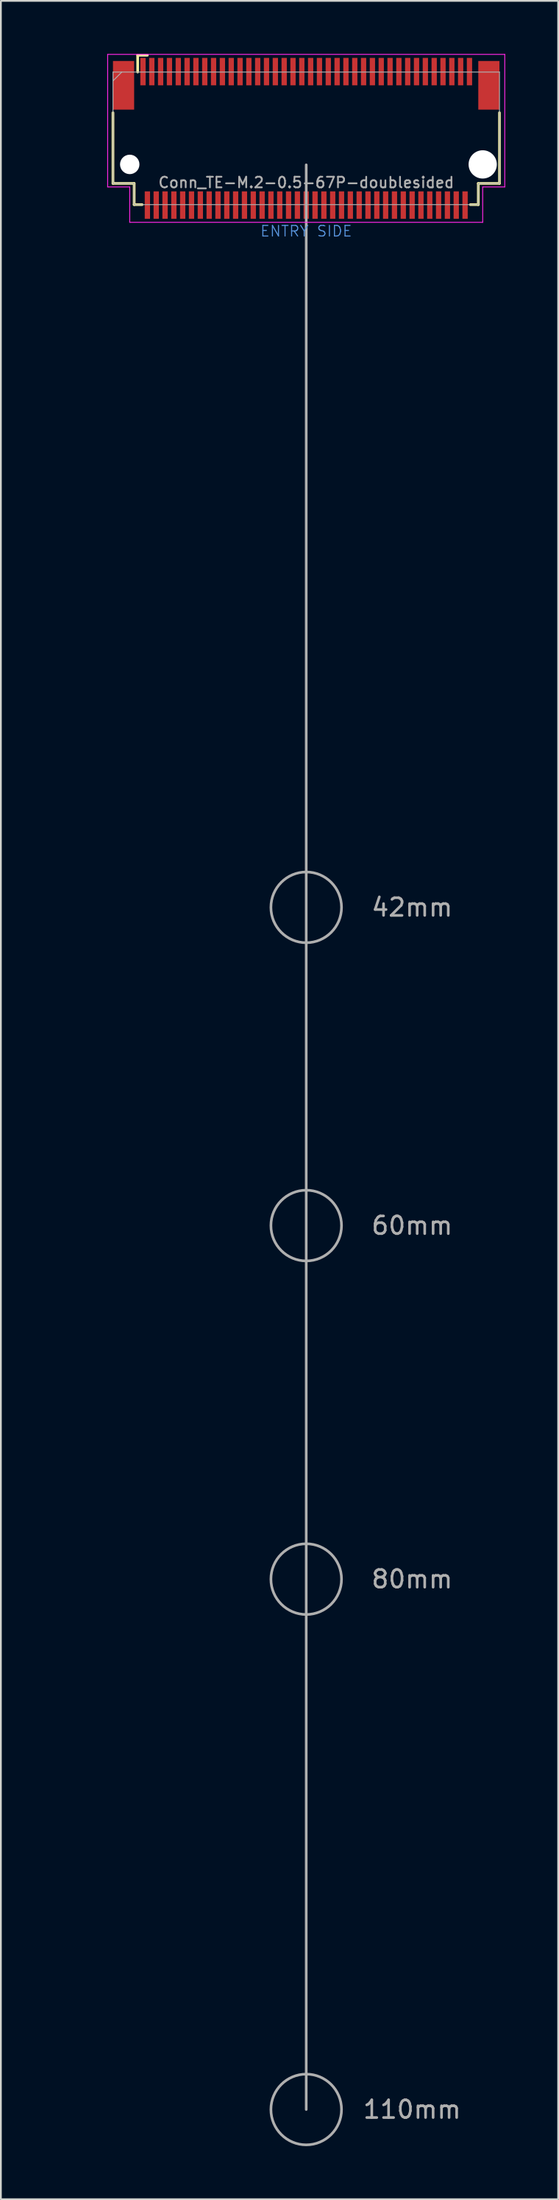
<source format=kicad_pcb>
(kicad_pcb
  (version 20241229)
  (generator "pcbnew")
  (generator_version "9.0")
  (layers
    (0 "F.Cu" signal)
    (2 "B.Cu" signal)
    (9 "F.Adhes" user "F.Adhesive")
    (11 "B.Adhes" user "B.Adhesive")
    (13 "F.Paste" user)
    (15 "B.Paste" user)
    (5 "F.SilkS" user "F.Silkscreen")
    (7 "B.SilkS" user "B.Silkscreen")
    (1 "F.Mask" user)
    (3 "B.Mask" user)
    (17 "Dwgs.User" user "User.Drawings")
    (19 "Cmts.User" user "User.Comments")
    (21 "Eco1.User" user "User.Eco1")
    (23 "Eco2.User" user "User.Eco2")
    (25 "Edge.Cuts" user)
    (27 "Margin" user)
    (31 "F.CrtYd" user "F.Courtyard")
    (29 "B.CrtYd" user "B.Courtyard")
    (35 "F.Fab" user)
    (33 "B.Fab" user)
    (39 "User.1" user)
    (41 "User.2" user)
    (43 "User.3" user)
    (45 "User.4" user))
  (footprint "Conn_TE-M.2-0.5-67P-doublesided"
    (layer "F.Cu")
    (at 14.301 6.275)
    (property "Reference" "Conn_TE-M.2-0.5-67P-doublesided" (at 0 1 0) (layer "F.Fab") (effects (font (size 0.6 0.6) (thickness 0.1))))
    (attr through_hole)
    (fp_line (start -10.95 1.05) (end -10.95 -2.95) (stroke (width 0.15) (type solid)) (layer "F.SilkS"))
    (fp_line (start -9.75 1.05) (end -10.95 1.05) (stroke (width 0.15) (type solid)) (layer "F.SilkS"))
    (fp_line (start -9.75 2.25) (end -9.75 1.05) (stroke (width 0.15) (type solid)) (layer "F.SilkS"))
    (fp_line (start -9.55 -6.2) (end -9 -6.2) (stroke (width 0.15) (type solid)) (layer "F.SilkS"))
    (fp_line (start -9.55 -5.25) (end -9.55 -6.2) (stroke (width 0.15) (type solid)) (layer "F.SilkS"))
    (fp_line (start -9.3 2.25) (end -9.75 2.25) (stroke (width 0.15) (type solid)) (layer "F.SilkS"))
    (fp_line (start 9.75 1.05) (end 9.75 2.25) (stroke (width 0.15) (type solid)) (layer "F.SilkS"))
    (fp_line (start 9.75 2.25) (end 9.3 2.25) (stroke (width 0.15) (type solid)) (layer "F.SilkS"))
    (fp_line (start 10.95 1.05) (end 9.75 1.05) (stroke (width 0.15) (type solid)) (layer "F.SilkS"))
    (fp_line (start 10.95 1.05) (end 10.95 -2.95) (stroke (width 0.15) (type solid)) (layer "F.SilkS"))
    (fp_line (start -11.25 -6.25) (end 11.25 -6.25) (stroke (width 0.05) (type solid)) (layer "F.CrtYd"))
    (fp_line (start -11.25 1.25) (end -11.25 -6.25) (stroke (width 0.05) (type solid)) (layer "F.CrtYd"))
    (fp_line (start -10 1.25) (end -11.25 1.25) (stroke (width 0.05) (type solid)) (layer "F.CrtYd"))
    (fp_line (start -10 3.25) (end -10 1.25) (stroke (width 0.05) (type solid)) (layer "F.CrtYd"))
    (fp_line (start 10 1.25) (end 10 3.25) (stroke (width 0.05) (type solid)) (layer "F.CrtYd"))
    (fp_line (start 10 3.25) (end -10 3.25) (stroke (width 0.05) (type solid)) (layer "F.CrtYd"))
    (fp_line (start 11.25 -6.25) (end 11.25 1.25) (stroke (width 0.05) (type solid)) (layer "F.CrtYd"))
    (fp_line (start 11.25 1.25) (end 10 1.25) (stroke (width 0.05) (type solid)) (layer "F.CrtYd"))
    (fp_line (start -10.95 -5.25) (end -10.95 1.05) (stroke (width 0.05) (type solid)) (layer "F.Fab"))
    (fp_line (start -10.95 -5.25) (end 10.95 -5.25) (stroke (width 0.05) (type solid)) (layer "F.Fab"))
    (fp_line (start -10.95 -4.75) (end -10.45 -5.25) (stroke (width 0.05) (type solid)) (layer "F.Fab"))
    (fp_line (start -10.95 1.05) (end -9.75 1.05) (stroke (width 0.05) (type solid)) (layer "F.Fab"))
    (fp_line (start -9.75 1.05) (end -9.75 2.25) (stroke (width 0.05) (type solid)) (layer "F.Fab"))
    (fp_line (start -9.75 2.25) (end 9.75 2.25) (stroke (width 0.05) (type solid)) (layer "F.Fab"))
    (fp_line (start 0 110) (end 0 0) (stroke (width 0.15) (type solid)) (layer "F.Fab"))
    (fp_line (start 9.75 1.05) (end 9.75 2.25) (stroke (width 0.05) (type solid)) (layer "F.Fab"))
    (fp_line (start 10.95 1.05) (end 9.75 1.05) (stroke (width 0.05) (type solid)) (layer "F.Fab"))
    (fp_line (start 10.95 1.05) (end 10.95 -5.25) (stroke (width 0.05) (type solid)) (layer "F.Fab"))
    (fp_circle (center 0 42) (end 2 42) (stroke (width 0.15) (type solid)) (fill no) (layer "F.Fab"))
    (fp_circle (center 0 60) (end 2 60) (stroke (width 0.15) (type solid)) (fill no) (layer "F.Fab"))
    (fp_circle (center 0 80) (end 2 80) (stroke (width 0.15) (type solid)) (fill no) (layer "F.Fab"))
    (fp_circle (center 0 110) (end 2 110) (stroke (width 0.15) (type solid)) (fill no) (layer "F.Fab"))
    (fp_text user "ENTRY SIDE" (at 0 3.75 0) (layer "Cmts.User") (effects (font (size 0.6 0.6) (thickness 0.06))))
    (fp_text user "${REFERENCE}" (at -10.1 -4.8 0) (layer "Eco1.User") (effects (font (size 0.3 0.3) (thickness 0.03))))
    (fp_text user "110mm" (at 6 110 0) (layer "F.Fab") (effects (font (size 1 1) (thickness 0.15))))
    (fp_text user "80mm" (at 6 80 0) (layer "F.Fab") (effects (font (size 1 1) (thickness 0.15))))
    (fp_text user "60mm" (at 6 60 0) (layer "F.Fab") (effects (font (size 1 1) (thickness 0.15))))
    (fp_text user "42mm" (at 6 42 0) (layer "F.Fab") (effects (font (size 1 1) (thickness 0.15))))
    (pad "" smd rect (at -10.35 -4.5) (size 1.2 2.75) (layers "F.Cu" "F.Mask" "F.Paste"))
    (pad "" np_thru_hole circle (at -10 -0.025) (size 1.1 1.1) (drill 1.1) (layers "*.Cu"))
    (pad "" np_thru_hole circle (at 10 -0.025) (size 1.6 1.6) (drill 1.6) (layers "*.Cu"))
    (pad "" smd rect (at 10.35 -4.5) (size 1.2 2.75) (layers "F.Cu" "F.Mask" "F.Paste"))
    (pad "1" smd rect (at -9.25 -5.275) (size 0.3 1.55) (layers "F.Cu" "F.Mask" "F.Paste"))
    (pad "2" smd rect (at -9 2.275) (size 0.3 1.55) (layers "F.Cu" "F.Mask" "F.Paste"))
    (pad "3" smd rect (at -8.75 -5.275) (size 0.3 1.55) (layers "F.Cu" "F.Mask" "F.Paste"))
    (pad "4" smd rect (at -8.5 2.275) (size 0.3 1.55) (layers "F.Cu" "F.Mask" "F.Paste"))
    (pad "5" smd rect (at -8.25 -5.275) (size 0.3 1.55) (layers "F.Cu" "F.Mask" "F.Paste"))
    (pad "6" smd rect (at -8 2.275) (size 0.3 1.55) (layers "F.Cu" "F.Mask" "F.Paste"))
    (pad "7" smd rect (at -7.75 -5.275) (size 0.3 1.55) (layers "F.Cu" "F.Mask" "F.Paste"))
    (pad "8" smd rect (at -7.5 2.275) (size 0.3 1.55) (layers "F.Cu" "F.Mask" "F.Paste"))
    (pad "9" smd rect (at -7.25 -5.275) (size 0.3 1.55) (layers "F.Cu" "F.Mask" "F.Paste"))
    (pad "10" smd rect (at -7 2.275) (size 0.3 1.55) (layers "F.Cu" "F.Mask" "F.Paste"))
    (pad "11" smd rect (at -6.75 -5.275) (size 0.3 1.55) (layers "F.Cu" "F.Mask" "F.Paste"))
    (pad "12" smd rect (at -6.5 2.275) (size 0.3 1.55) (layers "F.Cu" "F.Mask" "F.Paste"))
    (pad "13" smd rect (at -6.25 -5.275) (size 0.3 1.55) (layers "F.Cu" "F.Mask" "F.Paste"))
    (pad "14" smd rect (at -6 2.275) (size 0.3 1.55) (layers "F.Cu" "F.Mask" "F.Paste"))
    (pad "15" smd rect (at -5.75 -5.275) (size 0.3 1.55) (layers "F.Cu" "F.Mask" "F.Paste"))
    (pad "16" smd rect (at -5.5 2.275) (size 0.3 1.55) (layers "F.Cu" "F.Mask" "F.Paste"))
    (pad "17" smd rect (at -5.25 -5.275) (size 0.3 1.55) (layers "F.Cu" "F.Mask" "F.Paste"))
    (pad "18" smd rect (at -5 2.275) (size 0.3 1.55) (layers "F.Cu" "F.Mask" "F.Paste"))
    (pad "19" smd rect (at -4.75 -5.275) (size 0.3 1.55) (layers "F.Cu" "F.Mask" "F.Paste"))
    (pad "20" smd rect (at -4.5 2.275) (size 0.3 1.55) (layers "F.Cu" "F.Mask" "F.Paste"))
    (pad "21" smd rect (at -4.25 -5.275) (size 0.3 1.55) (layers "F.Cu" "F.Mask" "F.Paste"))
    (pad "22" smd rect (at -4 2.275) (size 0.3 1.55) (layers "F.Cu" "F.Mask" "F.Paste"))
    (pad "23" smd rect (at -3.75 -5.275) (size 0.3 1.55) (layers "F.Cu" "F.Mask" "F.Paste"))
    (pad "24" smd rect (at -3.5 2.275) (size 0.3 1.55) (layers "F.Cu" "F.Mask" "F.Paste"))
    (pad "25" smd rect (at -3.25 -5.275) (size 0.3 1.55) (layers "F.Cu" "F.Mask" "F.Paste"))
    (pad "26" smd rect (at -3 2.275) (size 0.3 1.55) (layers "F.Cu" "F.Mask" "F.Paste"))
    (pad "27" smd rect (at -2.75 -5.275) (size 0.3 1.55) (layers "F.Cu" "F.Mask" "F.Paste"))
    (pad "28" smd rect (at -2.5 2.275) (size 0.3 1.55) (layers "F.Cu" "F.Mask" "F.Paste"))
    (pad "29" smd rect (at -2.25 -5.275) (size 0.3 1.55) (layers "F.Cu" "F.Mask" "F.Paste"))
    (pad "30" smd rect (at -2 2.275) (size 0.3 1.55) (layers "F.Cu" "F.Mask" "F.Paste"))
    (pad "31" smd rect (at -1.75 -5.275) (size 0.3 1.55) (layers "F.Cu" "F.Mask" "F.Paste"))
    (pad "32" smd rect (at -1.5 2.275) (size 0.3 1.55) (layers "F.Cu" "F.Mask" "F.Paste"))
    (pad "33" smd rect (at -1.25 -5.275) (size 0.3 1.55) (layers "F.Cu" "F.Mask" "F.Paste"))
    (pad "34" smd rect (at -1 2.275) (size 0.3 1.55) (layers "F.Cu" "F.Mask" "F.Paste"))
    (pad "35" smd rect (at -0.75 -5.275) (size 0.3 1.55) (layers "F.Cu" "F.Mask" "F.Paste"))
    (pad "36" smd rect (at -0.5 2.275) (size 0.3 1.55) (layers "F.Cu" "F.Mask" "F.Paste"))
    (pad "37" smd rect (at -0.25 -5.275) (size 0.3 1.55) (layers "F.Cu" "F.Mask" "F.Paste"))
    (pad "38" smd rect (at 0 2.275) (size 0.3 1.55) (layers "F.Cu" "F.Mask" "F.Paste"))
    (pad "39" smd rect (at 0.25 -5.275) (size 0.3 1.55) (layers "F.Cu" "F.Mask" "F.Paste"))
    (pad "40" smd rect (at 0.5 2.275) (size 0.3 1.55) (layers "F.Cu" "F.Mask" "F.Paste"))
    (pad "41" smd rect (at 0.75 -5.275) (size 0.3 1.55) (layers "F.Cu" "F.Mask" "F.Paste"))
    (pad "42" smd rect (at 1 2.275) (size 0.3 1.55) (layers "F.Cu" "F.Mask" "F.Paste"))
    (pad "43" smd rect (at 1.25 -5.275) (size 0.3 1.55) (layers "F.Cu" "F.Mask" "F.Paste"))
    (pad "44" smd rect (at 1.5 2.275) (size 0.3 1.55) (layers "F.Cu" "F.Mask" "F.Paste"))
    (pad "45" smd rect (at 1.75 -5.275) (size 0.3 1.55) (layers "F.Cu" "F.Mask" "F.Paste"))
    (pad "46" smd rect (at 2 2.275) (size 0.3 1.55) (layers "F.Cu" "F.Mask" "F.Paste"))
    (pad "47" smd rect (at 2.25 -5.275) (size 0.3 1.55) (layers "F.Cu" "F.Mask" "F.Paste"))
    (pad "48" smd rect (at 2.5 2.275) (size 0.3 1.55) (layers "F.Cu" "F.Mask" "F.Paste"))
    (pad "49" smd rect (at 2.75 -5.275) (size 0.3 1.55) (layers "F.Cu" "F.Mask" "F.Paste"))
    (pad "50" smd rect (at 3 2.275) (size 0.3 1.55) (layers "F.Cu" "F.Mask" "F.Paste"))
    (pad "51" smd rect (at 3.25 -5.275) (size 0.3 1.55) (layers "F.Cu" "F.Mask" "F.Paste"))
    (pad "52" smd rect (at 3.5 2.275) (size 0.3 1.55) (layers "F.Cu" "F.Mask" "F.Paste"))
    (pad "53" smd rect (at 3.75 -5.275) (size 0.3 1.55) (layers "F.Cu" "F.Mask" "F.Paste"))
    (pad "54" smd rect (at 4 2.275) (size 0.3 1.55) (layers "F.Cu" "F.Mask" "F.Paste"))
    (pad "55" smd rect (at 4.25 -5.275) (size 0.3 1.55) (layers "F.Cu" "F.Mask" "F.Paste"))
    (pad "56" smd rect (at 4.5 2.275) (size 0.3 1.55) (layers "F.Cu" "F.Mask" "F.Paste"))
    (pad "57" smd rect (at 4.75 -5.275) (size 0.3 1.55) (layers "F.Cu" "F.Mask" "F.Paste"))
    (pad "58" smd rect (at 5 2.275) (size 0.3 1.55) (layers "F.Cu" "F.Mask" "F.Paste"))
    (pad "59" smd rect (at 5.25 -5.275) (size 0.3 1.55) (layers "F.Cu" "F.Mask" "F.Paste"))
    (pad "60" smd rect (at 5.5 2.275) (size 0.3 1.55) (layers "F.Cu" "F.Mask" "F.Paste"))
    (pad "61" smd rect (at 5.75 -5.275) (size 0.3 1.55) (layers "F.Cu" "F.Mask" "F.Paste"))
    (pad "62" smd rect (at 6 2.275) (size 0.3 1.55) (layers "F.Cu" "F.Mask" "F.Paste"))
    (pad "63" smd rect (at 6.25 -5.275) (size 0.3 1.55) (layers "F.Cu" "F.Mask" "F.Paste"))
    (pad "64" smd rect (at 6.5 2.275) (size 0.3 1.55) (layers "F.Cu" "F.Mask" "F.Paste"))
    (pad "65" smd rect (at 6.75 -5.275) (size 0.3 1.55) (layers "F.Cu" "F.Mask" "F.Paste"))
    (pad "66" smd rect (at 7 2.275) (size 0.3 1.55) (layers "F.Cu" "F.Mask" "F.Paste"))
    (pad "67" smd rect (at 7.25 -5.275) (size 0.3 1.55) (layers "F.Cu" "F.Mask" "F.Paste"))
    (pad "68" smd rect (at 7.5 2.275) (size 0.3 1.55) (layers "F.Cu" "F.Mask" "F.Paste"))
    (pad "69" smd rect (at 7.75 -5.275) (size 0.3 1.55) (layers "F.Cu" "F.Mask" "F.Paste"))
    (pad "70" smd rect (at 8 2.275) (size 0.3 1.55) (layers "F.Cu" "F.Mask" "F.Paste"))
    (pad "71" smd rect (at 8.25 -5.275) (size 0.3 1.55) (layers "F.Cu" "F.Mask" "F.Paste"))
    (pad "72" smd rect (at 8.5 2.275) (size 0.3 1.55) (layers "F.Cu" "F.Mask" "F.Paste"))
    (pad "73" smd rect (at 8.75 -5.275) (size 0.3 1.55) (layers "F.Cu" "F.Mask" "F.Paste"))
    (pad "74" smd rect (at 9 2.275) (size 0.3 1.55) (layers "F.Cu" "F.Mask" "F.Paste"))
    (pad "75" smd rect (at 9.25 -5.275) (size 0.3 1.55) (layers "F.Cu" "F.Mask" "F.Paste")))
  (gr_rect
    (start -3 -3)
    (end 28.576 121.35)
    (stroke (width 0.1) (type default))
    (fill no)
    (layer "Edge.Cuts")))
</source>
